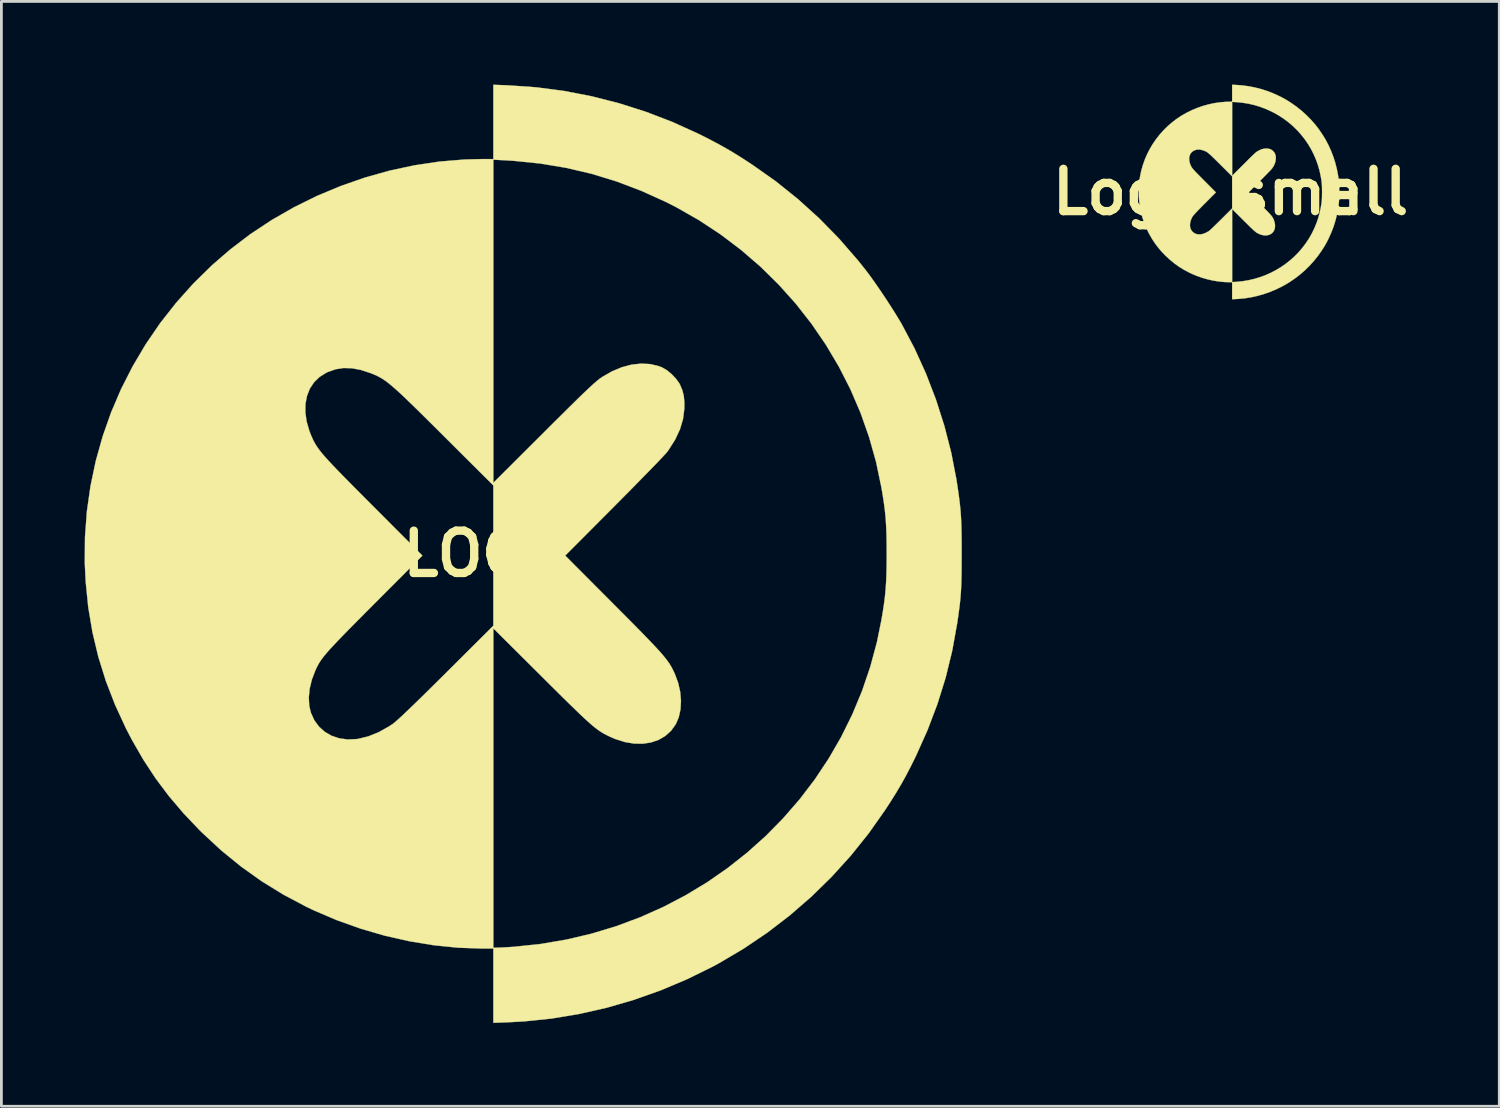
<source format=kicad_pcb>
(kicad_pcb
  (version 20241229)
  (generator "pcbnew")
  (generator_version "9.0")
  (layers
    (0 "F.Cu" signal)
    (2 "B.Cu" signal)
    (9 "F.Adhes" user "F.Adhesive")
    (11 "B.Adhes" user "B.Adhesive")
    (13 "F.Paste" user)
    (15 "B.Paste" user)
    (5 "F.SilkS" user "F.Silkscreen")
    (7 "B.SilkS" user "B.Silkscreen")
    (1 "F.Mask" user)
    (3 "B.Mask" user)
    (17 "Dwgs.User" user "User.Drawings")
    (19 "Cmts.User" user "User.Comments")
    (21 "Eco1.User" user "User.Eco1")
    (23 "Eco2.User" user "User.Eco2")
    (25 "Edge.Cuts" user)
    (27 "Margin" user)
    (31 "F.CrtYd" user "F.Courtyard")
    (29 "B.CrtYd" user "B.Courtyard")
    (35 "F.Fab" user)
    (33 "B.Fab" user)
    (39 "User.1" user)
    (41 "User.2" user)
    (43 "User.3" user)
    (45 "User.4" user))
  (footprint "LOGO"
    (layer "F.Cu")
    (at 14.473 16.906)
    (property "Reference" "LOGO" (at 0 0 0) (layer "F.SilkS") (effects (font (size 1.524 1.524) (thickness 0.3))))
    (attr through_hole)
    (fp_poly (pts (xy 0.802 -16.88) (xy 1.801 -16.81) (xy 2.801 -16.679) (xy 3.797 -16.487) (xy 4.784 -16.235) (xy 5.756 -15.926) (xy 6.709 -15.56) (xy 7.638 -15.138) (xy 7.747 -15.084) (xy 8.086 -14.912) (xy 8.387 -14.752) (xy 8.669 -14.594) (xy 8.948 -14.428) (xy 9.242 -14.244) (xy 9.568 -14.032) (xy 9.588 -14.018) (xy 10.426 -13.427) (xy 11.229 -12.783) (xy 11.994 -12.09) (xy 12.718 -11.351) (xy 13.397 -10.568) (xy 13.684 -10.208) (xy 13.844 -9.994) (xy 14.025 -9.74) (xy 14.219 -9.458) (xy 14.415 -9.164) (xy 14.606 -8.87) (xy 14.78 -8.592) (xy 14.93 -8.344) (xy 14.972 -8.271) (xy 15.432 -7.4) (xy 15.843 -6.495) (xy 16.202 -5.562) (xy 16.506 -4.61) (xy 16.754 -3.646) (xy 16.941 -2.678) (xy 16.969 -2.498) (xy 17.009 -2.224) (xy 17.042 -1.983) (xy 17.068 -1.763) (xy 17.089 -1.555) (xy 17.104 -1.345) (xy 17.115 -1.125) (xy 17.122 -0.883) (xy 17.127 -0.607) (xy 17.129 -0.288) (xy 17.129 0) (xy 17.128 0.362) (xy 17.126 0.671) (xy 17.121 0.938) (xy 17.113 1.175) (xy 17.101 1.392) (xy 17.085 1.6) (xy 17.063 1.81) (xy 17.035 2.033) (xy 17.001 2.281) (xy 16.969 2.498) (xy 16.79 3.491) (xy 16.552 4.464) (xy 16.254 5.42) (xy 15.895 6.364) (xy 15.481 7.287) (xy 15.298 7.656) (xy 15.126 7.987) (xy 14.953 8.299) (xy 14.769 8.609) (xy 14.565 8.935) (xy 14.367 9.239) (xy 13.776 10.077) (xy 13.135 10.877) (xy 12.446 11.637) (xy 11.713 12.355) (xy 10.939 13.027) (xy 10.125 13.652) (xy 9.275 14.226) (xy 8.392 14.748) (xy 8.165 14.871) (xy 7.239 15.327) (xy 6.29 15.728) (xy 5.323 16.071) (xy 4.342 16.356) (xy 3.349 16.581) (xy 2.351 16.747) (xy 1.351 16.85) (xy 0.802 16.88) (xy 0.254 16.901) (xy 0.254 14.224) (xy -0.151 14.224) (xy -1.015 14.194) (xy -1.892 14.105) (xy -2.775 13.96) (xy -3.656 13.761) (xy -4.526 13.508) (xy -5.38 13.204) (xy -6.209 12.85) (xy -6.493 12.715) (xy -7.312 12.28) (xy -8.092 11.8) (xy -8.837 11.269) (xy -9.553 10.686) (xy -10.244 10.045) (xy -10.321 9.97) (xy -10.905 9.356) (xy -11.434 8.734) (xy -11.915 8.093) (xy -12.356 7.422) (xy -12.766 6.71) (xy -12.984 6.291) (xy -13.378 5.438) (xy -13.71 4.579) (xy -13.981 3.708) (xy -14.192 2.823) (xy -14.344 1.92) (xy -14.437 0.994) (xy -14.468 0.333) (xy -14.461 -0.603) (xy -14.392 -1.53) (xy -14.262 -2.445) (xy -14.072 -3.347) (xy -13.824 -4.232) (xy -13.521 -5.092) (xy -6.52 -5.092) (xy -6.473 -4.764) (xy -6.374 -4.424) (xy -6.316 -4.276) (xy -6.273 -4.178) (xy -6.231 -4.087) (xy -6.185 -3.999) (xy -6.132 -3.91) (xy -6.07 -3.817) (xy -5.996 -3.717) (xy -5.906 -3.605) (xy -5.797 -3.479) (xy -5.666 -3.334) (xy -5.51 -3.168) (xy -5.326 -2.976) (xy -5.11 -2.755) (xy -4.861 -2.502) (xy -4.573 -2.212) (xy -4.246 -1.883) (xy -4.085 -1.722) (xy -2.303 0.064) (xy -4.036 1.802) (xy -4.374 2.141) (xy -4.67 2.44) (xy -4.928 2.7) (xy -5.15 2.927) (xy -5.34 3.123) (xy -5.5 3.293) (xy -5.635 3.439) (xy -5.747 3.566) (xy -5.839 3.676) (xy -5.916 3.775) (xy -5.978 3.864) (xy -6.031 3.948) (xy -6.077 4.031) (xy -6.12 4.116) (xy -6.16 4.204) (xy -6.286 4.534) (xy -6.365 4.863) (xy -6.396 5.182) (xy -6.379 5.48) (xy -6.322 5.723) (xy -6.199 5.996) (xy -6.029 6.227) (xy -5.819 6.415) (xy -5.574 6.557) (xy -5.297 6.649) (xy -4.996 6.69) (xy -4.674 6.676) (xy -4.608 6.666) (xy -4.247 6.577) (xy -3.879 6.429) (xy -3.51 6.222) (xy -3.365 6.126) (xy -3.286 6.063) (xy -3.163 5.954) (xy -2.997 5.801) (xy -2.788 5.602) (xy -2.537 5.36) (xy -2.243 5.073) (xy -1.908 4.742) (xy -1.531 4.369) (xy -1.437 4.275) (xy 0.254 2.591) (xy 0.254 -2.463) (xy 0.159 -2.558) (xy 0.254 -2.558) (xy 2.072 -4.371) (xy 2.409 -4.708) (xy 2.706 -5.002) (xy 2.964 -5.258) (xy 3.187 -5.478) (xy 3.379 -5.666) (xy 3.543 -5.824) (xy 3.682 -5.956) (xy 3.8 -6.065) (xy 3.899 -6.154) (xy 3.983 -6.227) (xy 4.056 -6.285) (xy 4.121 -6.333) (xy 4.18 -6.374) (xy 4.183 -6.376) (xy 4.532 -6.576) (xy 4.885 -6.723) (xy 5.234 -6.816) (xy 5.576 -6.854) (xy 5.904 -6.837) (xy 6.213 -6.763) (xy 6.34 -6.714) (xy 6.505 -6.617) (xy 6.675 -6.479) (xy 6.83 -6.316) (xy 6.952 -6.147) (xy 6.983 -6.09) (xy 7.067 -5.888) (xy 7.118 -5.679) (xy 7.139 -5.445) (xy 7.136 -5.223) (xy 7.089 -4.855) (xy 6.98 -4.489) (xy 6.81 -4.123) (xy 6.578 -3.755) (xy 6.514 -3.667) (xy 6.469 -3.615) (xy 6.382 -3.521) (xy 6.259 -3.39) (xy 6.102 -3.226) (xy 5.915 -3.033) (xy 5.701 -2.815) (xy 5.466 -2.574) (xy 5.212 -2.316) (xy 4.943 -2.045) (xy 4.664 -1.763) (xy 4.607 -1.706) (xy 2.844 0.064) (xy 4.592 1.818) (xy 4.935 2.163) (xy 5.237 2.466) (xy 5.499 2.732) (xy 5.727 2.965) (xy 5.921 3.167) (xy 6.087 3.342) (xy 6.227 3.494) (xy 6.344 3.627) (xy 6.441 3.744) (xy 6.521 3.848) (xy 6.589 3.944) (xy 6.646 4.035) (xy 6.696 4.125) (xy 6.742 4.217) (xy 6.788 4.315) (xy 6.795 4.33) (xy 6.913 4.648) (xy 6.987 4.972) (xy 7.015 5.294) (xy 6.999 5.602) (xy 6.936 5.888) (xy 6.829 6.139) (xy 6.825 6.145) (xy 6.658 6.377) (xy 6.45 6.564) (xy 6.208 6.705) (xy 5.935 6.798) (xy 5.639 6.843) (xy 5.323 6.838) (xy 4.994 6.783) (xy 4.657 6.677) (xy 4.485 6.604) (xy 4.385 6.556) (xy 4.293 6.51) (xy 4.205 6.462) (xy 4.117 6.408) (xy 4.026 6.345) (xy 3.927 6.271) (xy 3.818 6.182) (xy 3.695 6.074) (xy 3.553 5.945) (xy 3.39 5.792) (xy 3.201 5.61) (xy 2.983 5.398) (xy 2.732 5.151) (xy 2.445 4.867) (xy 2.118 4.541) (xy 2.008 4.432) (xy 0.254 2.686) (xy 0.254 14.192) (xy 0.405 14.192) (xy 0.493 14.19) (xy 0.628 14.183) (xy 0.791 14.174) (xy 0.967 14.162) (xy 1 14.16) (xy 1.951 14.06) (xy 2.883 13.902) (xy 3.793 13.688) (xy 4.681 13.419) (xy 5.544 13.097) (xy 6.379 12.725) (xy 7.185 12.303) (xy 7.96 11.835) (xy 8.701 11.32) (xy 9.407 10.762) (xy 10.076 10.162) (xy 10.705 9.522) (xy 11.293 8.844) (xy 11.838 8.13) (xy 12.336 7.381) (xy 12.788 6.599) (xy 13.19 5.785) (xy 13.54 4.943) (xy 13.836 4.074) (xy 14.077 3.179) (xy 14.238 2.388) (xy 14.292 2.066) (xy 14.335 1.776) (xy 14.369 1.504) (xy 14.393 1.237) (xy 14.41 0.96) (xy 14.421 0.66) (xy 14.427 0.321) (xy 14.428 0) (xy 14.426 -0.381) (xy 14.42 -0.712) (xy 14.408 -1.007) (xy 14.39 -1.282) (xy 14.364 -1.549) (xy 14.329 -1.822) (xy 14.284 -2.116) (xy 14.238 -2.388) (xy 14.047 -3.304) (xy 13.796 -4.199) (xy 13.488 -5.073) (xy 13.125 -5.921) (xy 12.707 -6.741) (xy 12.238 -7.532) (xy 11.719 -8.29) (xy 11.152 -9.014) (xy 10.537 -9.7) (xy 9.879 -10.348) (xy 9.177 -10.953) (xy 8.434 -11.515) (xy 7.652 -12.03) (xy 6.832 -12.496) (xy 6.461 -12.684) (xy 5.583 -13.081) (xy 4.697 -13.417) (xy 3.8 -13.692) (xy 2.887 -13.906) (xy 1.954 -14.062) (xy 0.997 -14.16) (xy 0.675 -14.18) (xy 0.254 -14.202) (xy 0.254 -2.558) (xy 0.159 -2.558) (xy -1.532 -4.243) (xy -1.884 -4.594) (xy -2.196 -4.903) (xy -2.469 -5.173) (xy -2.709 -5.407) (xy -2.917 -5.608) (xy -3.099 -5.78) (xy -3.258 -5.924) (xy -3.396 -6.045) (xy -3.519 -6.146) (xy -3.628 -6.229) (xy -3.728 -6.297) (xy -3.823 -6.354) (xy -3.916 -6.403) (xy -4.009 -6.446) (xy -4.108 -6.487) (xy -4.171 -6.512) (xy -4.521 -6.626) (xy -4.842 -6.687) (xy -5.142 -6.695) (xy -5.428 -6.651) (xy -5.706 -6.553) (xy -5.768 -6.524) (xy -6.011 -6.372) (xy -6.208 -6.179) (xy -6.359 -5.95) (xy -6.461 -5.69) (xy -6.516 -5.402) (xy -6.52 -5.092) (xy -13.521 -5.092) (xy -13.519 -5.097) (xy -13.158 -5.941) (xy -12.741 -6.76) (xy -12.271 -7.553) (xy -11.749 -8.316) (xy -11.175 -9.047) (xy -10.551 -9.744) (xy -9.879 -10.403) (xy -9.223 -10.97) (xy -8.496 -11.523) (xy -7.73 -12.029) (xy -6.929 -12.488) (xy -6.1 -12.897) (xy -5.245 -13.254) (xy -4.371 -13.558) (xy -3.483 -13.808) (xy -2.584 -14) (xy -1.68 -14.135) (xy -0.775 -14.209) (xy -0.151 -14.224) (xy 0.254 -14.224) (xy 0.254 -16.901) (xy 0.802 -16.88)) (stroke (width 0.01) (type solid)) (fill yes) (layer "F.SilkS")))
  (footprint "Logo small"
    (layer "F.Cu")
    (at 41.291 3.868)
    (property "Reference" "Logo small" (at 0 0 0) (layer "F.SilkS") (effects (font (size 1.524 1.524) (thickness 0.3))))
    (attr through_hole)
    (fp_poly (pts (xy 0.183 -3.858) (xy 0.412 -3.842) (xy 0.64 -3.812) (xy 0.868 -3.768) (xy 1.093 -3.711) (xy 1.316 -3.64) (xy 1.534 -3.557) (xy 1.746 -3.46) (xy 1.771 -3.448) (xy 1.848 -3.409) (xy 1.917 -3.372) (xy 1.982 -3.336) (xy 2.045 -3.298) (xy 2.112 -3.256) (xy 2.187 -3.207) (xy 2.192 -3.204) (xy 2.383 -3.069) (xy 2.567 -2.922) (xy 2.741 -2.763) (xy 2.907 -2.594) (xy 3.062 -2.416) (xy 3.128 -2.333) (xy 3.164 -2.284) (xy 3.206 -2.226) (xy 3.25 -2.162) (xy 3.295 -2.095) (xy 3.338 -2.028) (xy 3.378 -1.964) (xy 3.412 -1.907) (xy 3.422 -1.89) (xy 3.527 -1.692) (xy 3.621 -1.485) (xy 3.703 -1.271) (xy 3.773 -1.054) (xy 3.829 -0.833) (xy 3.872 -0.612) (xy 3.879 -0.571) (xy 3.888 -0.508) (xy 3.895 -0.453) (xy 3.901 -0.403) (xy 3.906 -0.355) (xy 3.91 -0.308) (xy 3.912 -0.257) (xy 3.914 -0.202) (xy 3.915 -0.139) (xy 3.915 -0.066) (xy 3.915 0) (xy 3.915 0.083) (xy 3.915 0.153) (xy 3.913 0.214) (xy 3.912 0.268) (xy 3.909 0.318) (xy 3.905 0.366) (xy 3.9 0.414) (xy 3.894 0.465) (xy 3.886 0.521) (xy 3.879 0.571) (xy 3.838 0.798) (xy 3.783 1.02) (xy 3.715 1.239) (xy 3.633 1.455) (xy 3.538 1.666) (xy 3.497 1.75) (xy 3.457 1.826) (xy 3.418 1.897) (xy 3.376 1.968) (xy 3.329 2.042) (xy 3.284 2.112) (xy 3.149 2.303) (xy 3.002 2.486) (xy 2.845 2.66) (xy 2.677 2.824) (xy 2.5 2.978) (xy 2.314 3.12) (xy 2.12 3.252) (xy 1.918 3.371) (xy 1.866 3.399) (xy 1.655 3.503) (xy 1.438 3.595) (xy 1.217 3.673) (xy 0.992 3.738) (xy 0.766 3.79) (xy 0.537 3.828) (xy 0.309 3.851) (xy 0.183 3.858) (xy 0.058 3.863) (xy 0.058 3.251) (xy -0.034 3.251) (xy -0.232 3.244) (xy -0.433 3.224) (xy -0.634 3.191) (xy -0.836 3.145) (xy -1.035 3.088) (xy -1.23 3.018) (xy -1.419 2.937) (xy -1.484 2.906) (xy -1.671 2.807) (xy -1.85 2.697) (xy -2.02 2.576) (xy -2.184 2.442) (xy -2.342 2.296) (xy -2.359 2.279) (xy -2.493 2.139) (xy -2.613 1.996) (xy -2.723 1.85) (xy -2.824 1.696) (xy -2.918 1.534) (xy -2.968 1.438) (xy -3.058 1.243) (xy -3.134 1.047) (xy -3.196 0.848) (xy -3.244 0.645) (xy -3.279 0.439) (xy -3.3 0.227) (xy -3.307 0.076) (xy -3.305 -0.138) (xy -3.29 -0.35) (xy -3.26 -0.559) (xy -3.217 -0.765) (xy -3.16 -0.967) (xy -3.09 -1.164) (xy -1.49 -1.164) (xy -1.48 -1.089) (xy -1.457 -1.011) (xy -1.444 -0.977) (xy -1.434 -0.955) (xy -1.424 -0.934) (xy -1.414 -0.914) (xy -1.402 -0.894) (xy -1.388 -0.872) (xy -1.37 -0.85) (xy -1.35 -0.824) (xy -1.325 -0.795) (xy -1.295 -0.762) (xy -1.259 -0.724) (xy -1.217 -0.68) (xy -1.168 -0.63) (xy -1.111 -0.572) (xy -1.045 -0.506) (xy -0.97 -0.43) (xy -0.934 -0.394) (xy -0.527 0.015) (xy -0.923 0.412) (xy -1 0.489) (xy -1.067 0.558) (xy -1.126 0.617) (xy -1.177 0.669) (xy -1.22 0.714) (xy -1.257 0.753) (xy -1.288 0.786) (xy -1.314 0.815) (xy -1.335 0.84) (xy -1.352 0.863) (xy -1.366 0.883) (xy -1.379 0.902) (xy -1.389 0.921) (xy -1.399 0.941) (xy -1.408 0.961) (xy -1.437 1.036) (xy -1.455 1.111) (xy -1.462 1.184) (xy -1.458 1.253) (xy -1.445 1.308) (xy -1.417 1.37) (xy -1.378 1.423) (xy -1.33 1.466) (xy -1.274 1.499) (xy -1.211 1.52) (xy -1.142 1.529) (xy -1.068 1.526) (xy -1.053 1.524) (xy -0.971 1.503) (xy -0.887 1.469) (xy -0.802 1.422) (xy -0.769 1.4) (xy -0.751 1.386) (xy -0.723 1.361) (xy -0.685 1.326) (xy -0.637 1.281) (xy -0.58 1.225) (xy -0.513 1.159) (xy -0.436 1.084) (xy -0.35 0.999) (xy -0.328 0.977) (xy 0.058 0.592) (xy 0.058 -0.563) (xy 0.036 -0.585) (xy 0.058 -0.585) (xy 0.474 -0.999) (xy 0.551 -1.076) (xy 0.618 -1.143) (xy 0.677 -1.202) (xy 0.729 -1.252) (xy 0.772 -1.295) (xy 0.81 -1.331) (xy 0.842 -1.361) (xy 0.868 -1.386) (xy 0.891 -1.407) (xy 0.91 -1.423) (xy 0.927 -1.437) (xy 0.942 -1.448) (xy 0.955 -1.457) (xy 0.956 -1.457) (xy 1.036 -1.503) (xy 1.117 -1.537) (xy 1.196 -1.558) (xy 1.275 -1.567) (xy 1.35 -1.563) (xy 1.42 -1.546) (xy 1.449 -1.535) (xy 1.487 -1.513) (xy 1.526 -1.481) (xy 1.561 -1.444) (xy 1.589 -1.405) (xy 1.596 -1.392) (xy 1.615 -1.346) (xy 1.627 -1.298) (xy 1.632 -1.245) (xy 1.631 -1.194) (xy 1.62 -1.11) (xy 1.596 -1.026) (xy 1.557 -0.942) (xy 1.504 -0.858) (xy 1.489 -0.838) (xy 1.479 -0.826) (xy 1.459 -0.805) (xy 1.431 -0.775) (xy 1.395 -0.737) (xy 1.352 -0.693) (xy 1.303 -0.643) (xy 1.249 -0.588) (xy 1.191 -0.529) (xy 1.13 -0.467) (xy 1.066 -0.403) (xy 1.053 -0.39) (xy 0.65 0.015) (xy 1.05 0.415) (xy 1.128 0.494) (xy 1.197 0.564) (xy 1.257 0.625) (xy 1.309 0.678) (xy 1.353 0.724) (xy 1.391 0.764) (xy 1.423 0.799) (xy 1.45 0.829) (xy 1.472 0.856) (xy 1.491 0.88) (xy 1.506 0.902) (xy 1.519 0.922) (xy 1.53 0.943) (xy 1.541 0.964) (xy 1.552 0.986) (xy 1.553 0.99) (xy 1.58 1.062) (xy 1.597 1.137) (xy 1.604 1.21) (xy 1.6 1.281) (xy 1.585 1.346) (xy 1.561 1.403) (xy 1.56 1.405) (xy 1.522 1.458) (xy 1.474 1.5) (xy 1.419 1.532) (xy 1.357 1.554) (xy 1.289 1.564) (xy 1.217 1.563) (xy 1.141 1.551) (xy 1.064 1.526) (xy 1.025 1.509) (xy 1.002 1.499) (xy 0.981 1.488) (xy 0.961 1.477) (xy 0.941 1.465) (xy 0.92 1.45) (xy 0.898 1.433) (xy 0.873 1.413) (xy 0.844 1.388) (xy 0.812 1.359) (xy 0.775 1.324) (xy 0.732 1.282) (xy 0.682 1.234) (xy 0.625 1.177) (xy 0.559 1.112) (xy 0.484 1.038) (xy 0.459 1.013) (xy 0.058 0.614) (xy 0.058 3.244) (xy 0.093 3.244) (xy 0.113 3.243) (xy 0.143 3.242) (xy 0.181 3.24) (xy 0.221 3.237) (xy 0.229 3.236) (xy 0.446 3.214) (xy 0.659 3.178) (xy 0.867 3.129) (xy 1.07 3.067) (xy 1.267 2.994) (xy 1.458 2.909) (xy 1.642 2.812) (xy 1.819 2.705) (xy 1.989 2.587) (xy 2.15 2.46) (xy 2.303 2.323) (xy 2.447 2.177) (xy 2.581 2.022) (xy 2.706 1.858) (xy 2.82 1.687) (xy 2.923 1.508) (xy 3.015 1.322) (xy 3.095 1.13) (xy 3.163 0.931) (xy 3.218 0.727) (xy 3.254 0.546) (xy 3.267 0.472) (xy 3.277 0.406) (xy 3.284 0.344) (xy 3.29 0.283) (xy 3.294 0.219) (xy 3.296 0.151) (xy 3.297 0.073) (xy 3.298 0) (xy 3.297 -0.087) (xy 3.296 -0.163) (xy 3.293 -0.23) (xy 3.289 -0.293) (xy 3.283 -0.354) (xy 3.275 -0.417) (xy 3.265 -0.484) (xy 3.254 -0.546) (xy 3.211 -0.755) (xy 3.153 -0.96) (xy 3.083 -1.159) (xy 3 -1.353) (xy 2.905 -1.541) (xy 2.797 -1.722) (xy 2.679 -1.895) (xy 2.549 -2.06) (xy 2.409 -2.217) (xy 2.258 -2.365) (xy 2.098 -2.504) (xy 1.928 -2.632) (xy 1.749 -2.75) (xy 1.562 -2.856) (xy 1.477 -2.899) (xy 1.276 -2.99) (xy 1.074 -3.067) (xy 0.869 -3.13) (xy 0.66 -3.179) (xy 0.447 -3.214) (xy 0.228 -3.237) (xy 0.154 -3.241) (xy 0.058 -3.246) (xy 0.058 -0.585) (xy 0.036 -0.585) (xy -0.35 -0.97) (xy -0.431 -1.05) (xy -0.502 -1.121) (xy -0.564 -1.182) (xy -0.619 -1.236) (xy -0.667 -1.282) (xy -0.708 -1.321) (xy -0.745 -1.354) (xy -0.776 -1.382) (xy -0.804 -1.405) (xy -0.829 -1.424) (xy -0.852 -1.439) (xy -0.874 -1.452) (xy -0.895 -1.463) (xy -0.916 -1.473) (xy -0.939 -1.483) (xy -0.953 -1.488) (xy -1.033 -1.514) (xy -1.107 -1.529) (xy -1.175 -1.53) (xy -1.241 -1.52) (xy -1.304 -1.498) (xy -1.318 -1.491) (xy -1.374 -1.457) (xy -1.419 -1.412) (xy -1.453 -1.36) (xy -1.477 -1.301) (xy -1.489 -1.235) (xy -1.49 -1.164) (xy -3.09 -1.164) (xy -3.09 -1.165) (xy -3.007 -1.358) (xy -2.912 -1.545) (xy -2.805 -1.726) (xy -2.685 -1.901) (xy -2.554 -2.068) (xy -2.412 -2.227) (xy -2.258 -2.378) (xy -2.108 -2.507) (xy -1.942 -2.634) (xy -1.767 -2.75) (xy -1.584 -2.854) (xy -1.394 -2.948) (xy -1.199 -3.03) (xy -0.999 -3.099) (xy -0.796 -3.156) (xy -0.591 -3.2) (xy -0.384 -3.231) (xy -0.177 -3.248) (xy -0.034 -3.251) (xy 0.058 -3.251) (xy 0.058 -3.863) (xy 0.183 -3.858)) (stroke (width 0.01) (type solid)) (fill yes) (layer "F.SilkS")))
  (gr_rect
    (start -3 -3)
    (end 50.975 36.812)
    (stroke (width 0.1) (type default))
    (fill no)
    (layer "Edge.Cuts")))
</source>
